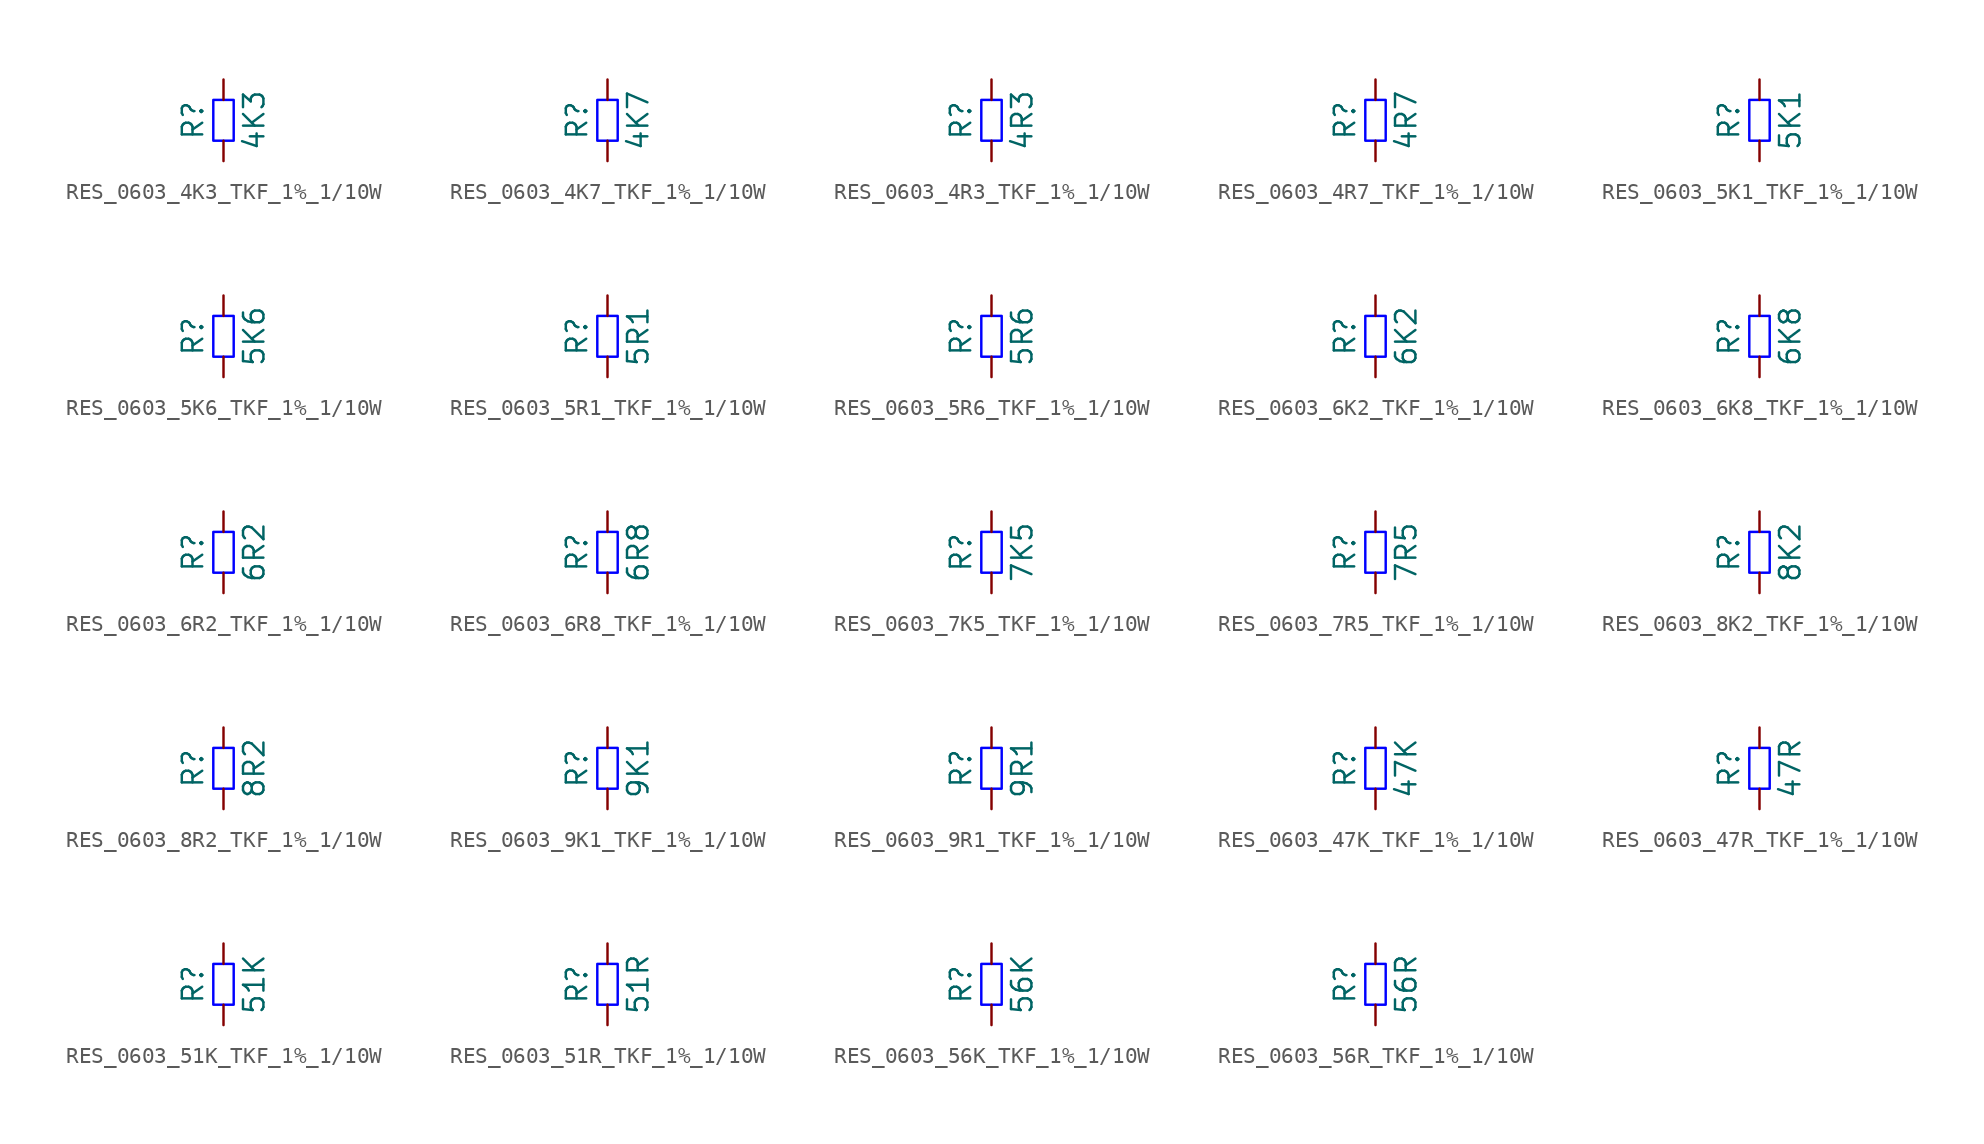
<source format=kicad_sym>
(kicad_symbol_lib
  (version 20220914)
  (generator kicad_symbol_editor)
  (symbol "RES_0603_4K3_TKF_1%_1/10W"
    (pin_numbers hide)
    (pin_names
      (offset 0) hide)
    (property "Reference" "R"
      (at -1.905 0 90)
      (do_not_autoplace)
      (effects (font (size 1.27 1.27))))
    (property "Value" "4K3"
      (at 1.905 0 90)
      (do_not_autoplace)
      (effects (font (size 1.27 1.27))))
    (symbol "RES_0603_4K3_TKF_1%_1/10W_1_1"
      (rectangle (start -0.635 -1.27) (end 0.635 1.27) (stroke (width 0) (type solid) (color 0 0 255 1)) (fill (type none)))
      (pin passive line (at 0 -2.54 90) (length 1.27) (name "~" (effects (font (size 1.27 1.27)))) (number "1" (effects (font (size 1.27 1.27)))))
      (pin passive line (at 0 2.54 270) (length 1.27) (name "~" (effects (font (size 1.27 1.27)))) (number "2" (effects (font (size 1.27 1.27)))))))
  (symbol "RES_0603_4K7_TKF_1%_1/10W"
    (pin_numbers hide)
    (pin_names
      (offset 0) hide)
    (property "Reference" "R"
      (at -1.905 0 90)
      (do_not_autoplace)
      (effects (font (size 1.27 1.27))))
    (property "Value" "4K7"
      (at 1.905 0 90)
      (do_not_autoplace)
      (effects (font (size 1.27 1.27))))
    (symbol "RES_0603_4K7_TKF_1%_1/10W_1_1"
      (rectangle (start -0.635 -1.27) (end 0.635 1.27) (stroke (width 0) (type solid) (color 0 0 255 1)) (fill (type none)))
      (pin passive line (at 0 -2.54 90) (length 1.27) (name "~" (effects (font (size 1.27 1.27)))) (number "1" (effects (font (size 1.27 1.27)))))
      (pin passive line (at 0 2.54 270) (length 1.27) (name "~" (effects (font (size 1.27 1.27)))) (number "2" (effects (font (size 1.27 1.27)))))))
  (symbol "RES_0603_4R3_TKF_1%_1/10W"
    (pin_numbers hide)
    (pin_names
      (offset 0) hide)
    (property "Reference" "R"
      (at -1.905 0 90)
      (do_not_autoplace)
      (effects (font (size 1.27 1.27))))
    (property "Value" "4R3"
      (at 1.905 0 90)
      (do_not_autoplace)
      (effects (font (size 1.27 1.27))))
    (symbol "RES_0603_4R3_TKF_1%_1/10W_1_1"
      (rectangle (start -0.635 -1.27) (end 0.635 1.27) (stroke (width 0) (type solid) (color 0 0 255 1)) (fill (type none)))
      (pin passive line (at 0 -2.54 90) (length 1.27) (name "~" (effects (font (size 1.27 1.27)))) (number "1" (effects (font (size 1.27 1.27)))))
      (pin passive line (at 0 2.54 270) (length 1.27) (name "~" (effects (font (size 1.27 1.27)))) (number "2" (effects (font (size 1.27 1.27)))))))
  (symbol "RES_0603_4R7_TKF_1%_1/10W"
    (pin_numbers hide)
    (pin_names
      (offset 0) hide)
    (property "Reference" "R"
      (at -1.905 0 90)
      (do_not_autoplace)
      (effects (font (size 1.27 1.27))))
    (property "Value" "4R7"
      (at 1.905 0 90)
      (do_not_autoplace)
      (effects (font (size 1.27 1.27))))
    (symbol "RES_0603_4R7_TKF_1%_1/10W_1_1"
      (rectangle (start -0.635 -1.27) (end 0.635 1.27) (stroke (width 0) (type solid) (color 0 0 255 1)) (fill (type none)))
      (pin passive line (at 0 -2.54 90) (length 1.27) (name "~" (effects (font (size 1.27 1.27)))) (number "1" (effects (font (size 1.27 1.27)))))
      (pin passive line (at 0 2.54 270) (length 1.27) (name "~" (effects (font (size 1.27 1.27)))) (number "2" (effects (font (size 1.27 1.27)))))))
  (symbol "RES_0603_5K1_TKF_1%_1/10W"
    (pin_numbers hide)
    (pin_names
      (offset 0) hide)
    (property "Reference" "R"
      (at -1.905 0 90)
      (do_not_autoplace)
      (effects (font (size 1.27 1.27))))
    (property "Value" "5K1"
      (at 1.905 0 90)
      (do_not_autoplace)
      (effects (font (size 1.27 1.27))))
    (symbol "RES_0603_5K1_TKF_1%_1/10W_1_1"
      (rectangle (start -0.635 -1.27) (end 0.635 1.27) (stroke (width 0) (type solid) (color 0 0 255 1)) (fill (type none)))
      (pin passive line (at 0 -2.54 90) (length 1.27) (name "~" (effects (font (size 1.27 1.27)))) (number "1" (effects (font (size 1.27 1.27)))))
      (pin passive line (at 0 2.54 270) (length 1.27) (name "~" (effects (font (size 1.27 1.27)))) (number "2" (effects (font (size 1.27 1.27)))))))
  (symbol "RES_0603_5K6_TKF_1%_1/10W"
    (pin_numbers hide)
    (pin_names
      (offset 0) hide)
    (property "Reference" "R"
      (at -1.905 0 90)
      (do_not_autoplace)
      (effects (font (size 1.27 1.27))))
    (property "Value" "5K6"
      (at 1.905 0 90)
      (do_not_autoplace)
      (effects (font (size 1.27 1.27))))
    (symbol "RES_0603_5K6_TKF_1%_1/10W_1_1"
      (rectangle (start -0.635 -1.27) (end 0.635 1.27) (stroke (width 0) (type solid) (color 0 0 255 1)) (fill (type none)))
      (pin passive line (at 0 -2.54 90) (length 1.27) (name "~" (effects (font (size 1.27 1.27)))) (number "1" (effects (font (size 1.27 1.27)))))
      (pin passive line (at 0 2.54 270) (length 1.27) (name "~" (effects (font (size 1.27 1.27)))) (number "2" (effects (font (size 1.27 1.27)))))))
  (symbol "RES_0603_5R1_TKF_1%_1/10W"
    (pin_numbers hide)
    (pin_names
      (offset 0) hide)
    (property "Reference" "R"
      (at -1.905 0 90)
      (do_not_autoplace)
      (effects (font (size 1.27 1.27))))
    (property "Value" "5R1"
      (at 1.905 0 90)
      (do_not_autoplace)
      (effects (font (size 1.27 1.27))))
    (symbol "RES_0603_5R1_TKF_1%_1/10W_1_1"
      (rectangle (start -0.635 -1.27) (end 0.635 1.27) (stroke (width 0) (type solid) (color 0 0 255 1)) (fill (type none)))
      (pin passive line (at 0 -2.54 90) (length 1.27) (name "~" (effects (font (size 1.27 1.27)))) (number "1" (effects (font (size 1.27 1.27)))))
      (pin passive line (at 0 2.54 270) (length 1.27) (name "~" (effects (font (size 1.27 1.27)))) (number "2" (effects (font (size 1.27 1.27)))))))
  (symbol "RES_0603_5R6_TKF_1%_1/10W"
    (pin_numbers hide)
    (pin_names
      (offset 0) hide)
    (property "Reference" "R"
      (at -1.905 0 90)
      (do_not_autoplace)
      (effects (font (size 1.27 1.27))))
    (property "Value" "5R6"
      (at 1.905 0 90)
      (do_not_autoplace)
      (effects (font (size 1.27 1.27))))
    (symbol "RES_0603_5R6_TKF_1%_1/10W_1_1"
      (rectangle (start -0.635 -1.27) (end 0.635 1.27) (stroke (width 0) (type solid) (color 0 0 255 1)) (fill (type none)))
      (pin passive line (at 0 -2.54 90) (length 1.27) (name "~" (effects (font (size 1.27 1.27)))) (number "1" (effects (font (size 1.27 1.27)))))
      (pin passive line (at 0 2.54 270) (length 1.27) (name "~" (effects (font (size 1.27 1.27)))) (number "2" (effects (font (size 1.27 1.27)))))))
  (symbol "RES_0603_6K2_TKF_1%_1/10W"
    (pin_numbers hide)
    (pin_names
      (offset 0) hide)
    (property "Reference" "R"
      (at -1.905 0 90)
      (do_not_autoplace)
      (effects (font (size 1.27 1.27))))
    (property "Value" "6K2"
      (at 1.905 0 90)
      (do_not_autoplace)
      (effects (font (size 1.27 1.27))))
    (symbol "RES_0603_6K2_TKF_1%_1/10W_1_1"
      (rectangle (start -0.635 -1.27) (end 0.635 1.27) (stroke (width 0) (type solid) (color 0 0 255 1)) (fill (type none)))
      (pin passive line (at 0 -2.54 90) (length 1.27) (name "~" (effects (font (size 1.27 1.27)))) (number "1" (effects (font (size 1.27 1.27)))))
      (pin passive line (at 0 2.54 270) (length 1.27) (name "~" (effects (font (size 1.27 1.27)))) (number "2" (effects (font (size 1.27 1.27)))))))
  (symbol "RES_0603_6K8_TKF_1%_1/10W"
    (pin_numbers hide)
    (pin_names
      (offset 0) hide)
    (property "Reference" "R"
      (at -1.905 0 90)
      (do_not_autoplace)
      (effects (font (size 1.27 1.27))))
    (property "Value" "6K8"
      (at 1.905 0 90)
      (do_not_autoplace)
      (effects (font (size 1.27 1.27))))
    (symbol "RES_0603_6K8_TKF_1%_1/10W_1_1"
      (rectangle (start -0.635 -1.27) (end 0.635 1.27) (stroke (width 0) (type solid) (color 0 0 255 1)) (fill (type none)))
      (pin passive line (at 0 -2.54 90) (length 1.27) (name "~" (effects (font (size 1.27 1.27)))) (number "1" (effects (font (size 1.27 1.27)))))
      (pin passive line (at 0 2.54 270) (length 1.27) (name "~" (effects (font (size 1.27 1.27)))) (number "2" (effects (font (size 1.27 1.27)))))))
  (symbol "RES_0603_6R2_TKF_1%_1/10W"
    (pin_numbers hide)
    (pin_names
      (offset 0) hide)
    (property "Reference" "R"
      (at -1.905 0 90)
      (do_not_autoplace)
      (effects (font (size 1.27 1.27))))
    (property "Value" "6R2"
      (at 1.905 0 90)
      (do_not_autoplace)
      (effects (font (size 1.27 1.27))))
    (symbol "RES_0603_6R2_TKF_1%_1/10W_1_1"
      (rectangle (start -0.635 -1.27) (end 0.635 1.27) (stroke (width 0) (type solid) (color 0 0 255 1)) (fill (type none)))
      (pin passive line (at 0 -2.54 90) (length 1.27) (name "~" (effects (font (size 1.27 1.27)))) (number "1" (effects (font (size 1.27 1.27)))))
      (pin passive line (at 0 2.54 270) (length 1.27) (name "~" (effects (font (size 1.27 1.27)))) (number "2" (effects (font (size 1.27 1.27)))))))
  (symbol "RES_0603_6R8_TKF_1%_1/10W"
    (pin_numbers hide)
    (pin_names
      (offset 0) hide)
    (property "Reference" "R"
      (at -1.905 0 90)
      (do_not_autoplace)
      (effects (font (size 1.27 1.27))))
    (property "Value" "6R8"
      (at 1.905 0 90)
      (do_not_autoplace)
      (effects (font (size 1.27 1.27))))
    (symbol "RES_0603_6R8_TKF_1%_1/10W_1_1"
      (rectangle (start -0.635 -1.27) (end 0.635 1.27) (stroke (width 0) (type solid) (color 0 0 255 1)) (fill (type none)))
      (pin passive line (at 0 -2.54 90) (length 1.27) (name "~" (effects (font (size 1.27 1.27)))) (number "1" (effects (font (size 1.27 1.27)))))
      (pin passive line (at 0 2.54 270) (length 1.27) (name "~" (effects (font (size 1.27 1.27)))) (number "2" (effects (font (size 1.27 1.27)))))))
  (symbol "RES_0603_7K5_TKF_1%_1/10W"
    (pin_numbers hide)
    (pin_names
      (offset 0) hide)
    (property "Reference" "R"
      (at -1.905 0 90)
      (do_not_autoplace)
      (effects (font (size 1.27 1.27))))
    (property "Value" "7K5"
      (at 1.905 0 90)
      (do_not_autoplace)
      (effects (font (size 1.27 1.27))))
    (symbol "RES_0603_7K5_TKF_1%_1/10W_1_1"
      (rectangle (start -0.635 -1.27) (end 0.635 1.27) (stroke (width 0) (type solid) (color 0 0 255 1)) (fill (type none)))
      (pin passive line (at 0 -2.54 90) (length 1.27) (name "~" (effects (font (size 1.27 1.27)))) (number "1" (effects (font (size 1.27 1.27)))))
      (pin passive line (at 0 2.54 270) (length 1.27) (name "~" (effects (font (size 1.27 1.27)))) (number "2" (effects (font (size 1.27 1.27)))))))
  (symbol "RES_0603_7R5_TKF_1%_1/10W"
    (pin_numbers hide)
    (pin_names
      (offset 0) hide)
    (property "Reference" "R"
      (at -1.905 0 90)
      (do_not_autoplace)
      (effects (font (size 1.27 1.27))))
    (property "Value" "7R5"
      (at 1.905 0 90)
      (do_not_autoplace)
      (effects (font (size 1.27 1.27))))
    (symbol "RES_0603_7R5_TKF_1%_1/10W_1_1"
      (rectangle (start -0.635 -1.27) (end 0.635 1.27) (stroke (width 0) (type solid) (color 0 0 255 1)) (fill (type none)))
      (pin passive line (at 0 -2.54 90) (length 1.27) (name "~" (effects (font (size 1.27 1.27)))) (number "1" (effects (font (size 1.27 1.27)))))
      (pin passive line (at 0 2.54 270) (length 1.27) (name "~" (effects (font (size 1.27 1.27)))) (number "2" (effects (font (size 1.27 1.27)))))))
  (symbol "RES_0603_8K2_TKF_1%_1/10W"
    (pin_numbers hide)
    (pin_names
      (offset 0) hide)
    (property "Reference" "R"
      (at -1.905 0 90)
      (do_not_autoplace)
      (effects (font (size 1.27 1.27))))
    (property "Value" "8K2"
      (at 1.905 0 90)
      (do_not_autoplace)
      (effects (font (size 1.27 1.27))))
    (symbol "RES_0603_8K2_TKF_1%_1/10W_1_1"
      (rectangle (start -0.635 -1.27) (end 0.635 1.27) (stroke (width 0) (type solid) (color 0 0 255 1)) (fill (type none)))
      (pin passive line (at 0 -2.54 90) (length 1.27) (name "~" (effects (font (size 1.27 1.27)))) (number "1" (effects (font (size 1.27 1.27)))))
      (pin passive line (at 0 2.54 270) (length 1.27) (name "~" (effects (font (size 1.27 1.27)))) (number "2" (effects (font (size 1.27 1.27)))))))
  (symbol "RES_0603_8R2_TKF_1%_1/10W"
    (pin_numbers hide)
    (pin_names
      (offset 0) hide)
    (property "Reference" "R"
      (at -1.905 0 90)
      (do_not_autoplace)
      (effects (font (size 1.27 1.27))))
    (property "Value" "8R2"
      (at 1.905 0 90)
      (do_not_autoplace)
      (effects (font (size 1.27 1.27))))
    (symbol "RES_0603_8R2_TKF_1%_1/10W_1_1"
      (rectangle (start -0.635 -1.27) (end 0.635 1.27) (stroke (width 0) (type solid) (color 0 0 255 1)) (fill (type none)))
      (pin passive line (at 0 -2.54 90) (length 1.27) (name "~" (effects (font (size 1.27 1.27)))) (number "1" (effects (font (size 1.27 1.27)))))
      (pin passive line (at 0 2.54 270) (length 1.27) (name "~" (effects (font (size 1.27 1.27)))) (number "2" (effects (font (size 1.27 1.27)))))))
  (symbol "RES_0603_9K1_TKF_1%_1/10W"
    (pin_numbers hide)
    (pin_names
      (offset 0) hide)
    (property "Reference" "R"
      (at -1.905 0 90)
      (do_not_autoplace)
      (effects (font (size 1.27 1.27))))
    (property "Value" "9K1"
      (at 1.905 0 90)
      (do_not_autoplace)
      (effects (font (size 1.27 1.27))))
    (symbol "RES_0603_9K1_TKF_1%_1/10W_1_1"
      (rectangle (start -0.635 -1.27) (end 0.635 1.27) (stroke (width 0) (type solid) (color 0 0 255 1)) (fill (type none)))
      (pin passive line (at 0 -2.54 90) (length 1.27) (name "~" (effects (font (size 1.27 1.27)))) (number "1" (effects (font (size 1.27 1.27)))))
      (pin passive line (at 0 2.54 270) (length 1.27) (name "~" (effects (font (size 1.27 1.27)))) (number "2" (effects (font (size 1.27 1.27)))))))
  (symbol "RES_0603_9R1_TKF_1%_1/10W"
    (pin_numbers hide)
    (pin_names
      (offset 0) hide)
    (property "Reference" "R"
      (at -1.905 0 90)
      (do_not_autoplace)
      (effects (font (size 1.27 1.27))))
    (property "Value" "9R1"
      (at 1.905 0 90)
      (do_not_autoplace)
      (effects (font (size 1.27 1.27))))
    (symbol "RES_0603_9R1_TKF_1%_1/10W_1_1"
      (rectangle (start -0.635 -1.27) (end 0.635 1.27) (stroke (width 0) (type solid) (color 0 0 255 1)) (fill (type none)))
      (pin passive line (at 0 -2.54 90) (length 1.27) (name "~" (effects (font (size 1.27 1.27)))) (number "1" (effects (font (size 1.27 1.27)))))
      (pin passive line (at 0 2.54 270) (length 1.27) (name "~" (effects (font (size 1.27 1.27)))) (number "2" (effects (font (size 1.27 1.27)))))))
  (symbol "RES_0603_47K_TKF_1%_1/10W"
    (pin_numbers hide)
    (pin_names
      (offset 0) hide)
    (property "Reference" "R"
      (at -1.905 0 90)
      (do_not_autoplace)
      (effects (font (size 1.27 1.27))))
    (property "Value" "47K"
      (at 1.905 0 90)
      (do_not_autoplace)
      (effects (font (size 1.27 1.27))))
    (symbol "RES_0603_47K_TKF_1%_1/10W_1_1"
      (rectangle (start -0.635 -1.27) (end 0.635 1.27) (stroke (width 0) (type solid) (color 0 0 255 1)) (fill (type none)))
      (pin passive line (at 0 -2.54 90) (length 1.27) (name "~" (effects (font (size 1.27 1.27)))) (number "1" (effects (font (size 1.27 1.27)))))
      (pin passive line (at 0 2.54 270) (length 1.27) (name "~" (effects (font (size 1.27 1.27)))) (number "2" (effects (font (size 1.27 1.27)))))))
  (symbol "RES_0603_47R_TKF_1%_1/10W"
    (pin_numbers hide)
    (pin_names
      (offset 0) hide)
    (property "Reference" "R"
      (at -1.905 0 90)
      (do_not_autoplace)
      (effects (font (size 1.27 1.27))))
    (property "Value" "47R"
      (at 1.905 0 90)
      (do_not_autoplace)
      (effects (font (size 1.27 1.27))))
    (symbol "RES_0603_47R_TKF_1%_1/10W_1_1"
      (rectangle (start -0.635 -1.27) (end 0.635 1.27) (stroke (width 0) (type solid) (color 0 0 255 1)) (fill (type none)))
      (pin passive line (at 0 -2.54 90) (length 1.27) (name "~" (effects (font (size 1.27 1.27)))) (number "1" (effects (font (size 1.27 1.27)))))
      (pin passive line (at 0 2.54 270) (length 1.27) (name "~" (effects (font (size 1.27 1.27)))) (number "2" (effects (font (size 1.27 1.27)))))))
  (symbol "RES_0603_51K_TKF_1%_1/10W"
    (pin_numbers hide)
    (pin_names
      (offset 0) hide)
    (property "Reference" "R"
      (at -1.905 0 90)
      (do_not_autoplace)
      (effects (font (size 1.27 1.27))))
    (property "Value" "51K"
      (at 1.905 0 90)
      (do_not_autoplace)
      (effects (font (size 1.27 1.27))))
    (symbol "RES_0603_51K_TKF_1%_1/10W_1_1"
      (rectangle (start -0.635 -1.27) (end 0.635 1.27) (stroke (width 0) (type solid) (color 0 0 255 1)) (fill (type none)))
      (pin passive line (at 0 -2.54 90) (length 1.27) (name "~" (effects (font (size 1.27 1.27)))) (number "1" (effects (font (size 1.27 1.27)))))
      (pin passive line (at 0 2.54 270) (length 1.27) (name "~" (effects (font (size 1.27 1.27)))) (number "2" (effects (font (size 1.27 1.27)))))))
  (symbol "RES_0603_51R_TKF_1%_1/10W"
    (pin_numbers hide)
    (pin_names
      (offset 0) hide)
    (property "Reference" "R"
      (at -1.905 0 90)
      (do_not_autoplace)
      (effects (font (size 1.27 1.27))))
    (property "Value" "51R"
      (at 1.905 0 90)
      (do_not_autoplace)
      (effects (font (size 1.27 1.27))))
    (symbol "RES_0603_51R_TKF_1%_1/10W_1_1"
      (rectangle (start -0.635 -1.27) (end 0.635 1.27) (stroke (width 0) (type solid) (color 0 0 255 1)) (fill (type none)))
      (pin passive line (at 0 -2.54 90) (length 1.27) (name "~" (effects (font (size 1.27 1.27)))) (number "1" (effects (font (size 1.27 1.27)))))
      (pin passive line (at 0 2.54 270) (length 1.27) (name "~" (effects (font (size 1.27 1.27)))) (number "2" (effects (font (size 1.27 1.27)))))))
  (symbol "RES_0603_56K_TKF_1%_1/10W"
    (pin_numbers hide)
    (pin_names
      (offset 0) hide)
    (property "Reference" "R"
      (at -1.905 0 90)
      (do_not_autoplace)
      (effects (font (size 1.27 1.27))))
    (property "Value" "56K"
      (at 1.905 0 90)
      (do_not_autoplace)
      (effects (font (size 1.27 1.27))))
    (symbol "RES_0603_56K_TKF_1%_1/10W_1_1"
      (rectangle (start -0.635 -1.27) (end 0.635 1.27) (stroke (width 0) (type solid) (color 0 0 255 1)) (fill (type none)))
      (pin passive line (at 0 -2.54 90) (length 1.27) (name "~" (effects (font (size 1.27 1.27)))) (number "1" (effects (font (size 1.27 1.27)))))
      (pin passive line (at 0 2.54 270) (length 1.27) (name "~" (effects (font (size 1.27 1.27)))) (number "2" (effects (font (size 1.27 1.27)))))))
  (symbol "RES_0603_56R_TKF_1%_1/10W"
    (pin_numbers hide)
    (pin_names
      (offset 0) hide)
    (property "Reference" "R"
      (at -1.905 0 90)
      (do_not_autoplace)
      (effects (font (size 1.27 1.27))))
    (property "Value" "56R"
      (at 1.905 0 90)
      (do_not_autoplace)
      (effects (font (size 1.27 1.27))))
    (symbol "RES_0603_56R_TKF_1%_1/10W_1_1"
      (rectangle (start -0.635 -1.27) (end 0.635 1.27) (stroke (width 0) (type solid) (color 0 0 255 1)) (fill (type none)))
      (pin passive line (at 0 -2.54 90) (length 1.27) (name "~" (effects (font (size 1.27 1.27)))) (number "1" (effects (font (size 1.27 1.27)))))
      (pin passive line (at 0 2.54 270) (length 1.27) (name "~" (effects (font (size 1.27 1.27)))) (number "2" (effects (font (size 1.27 1.27))))))))
</source>
